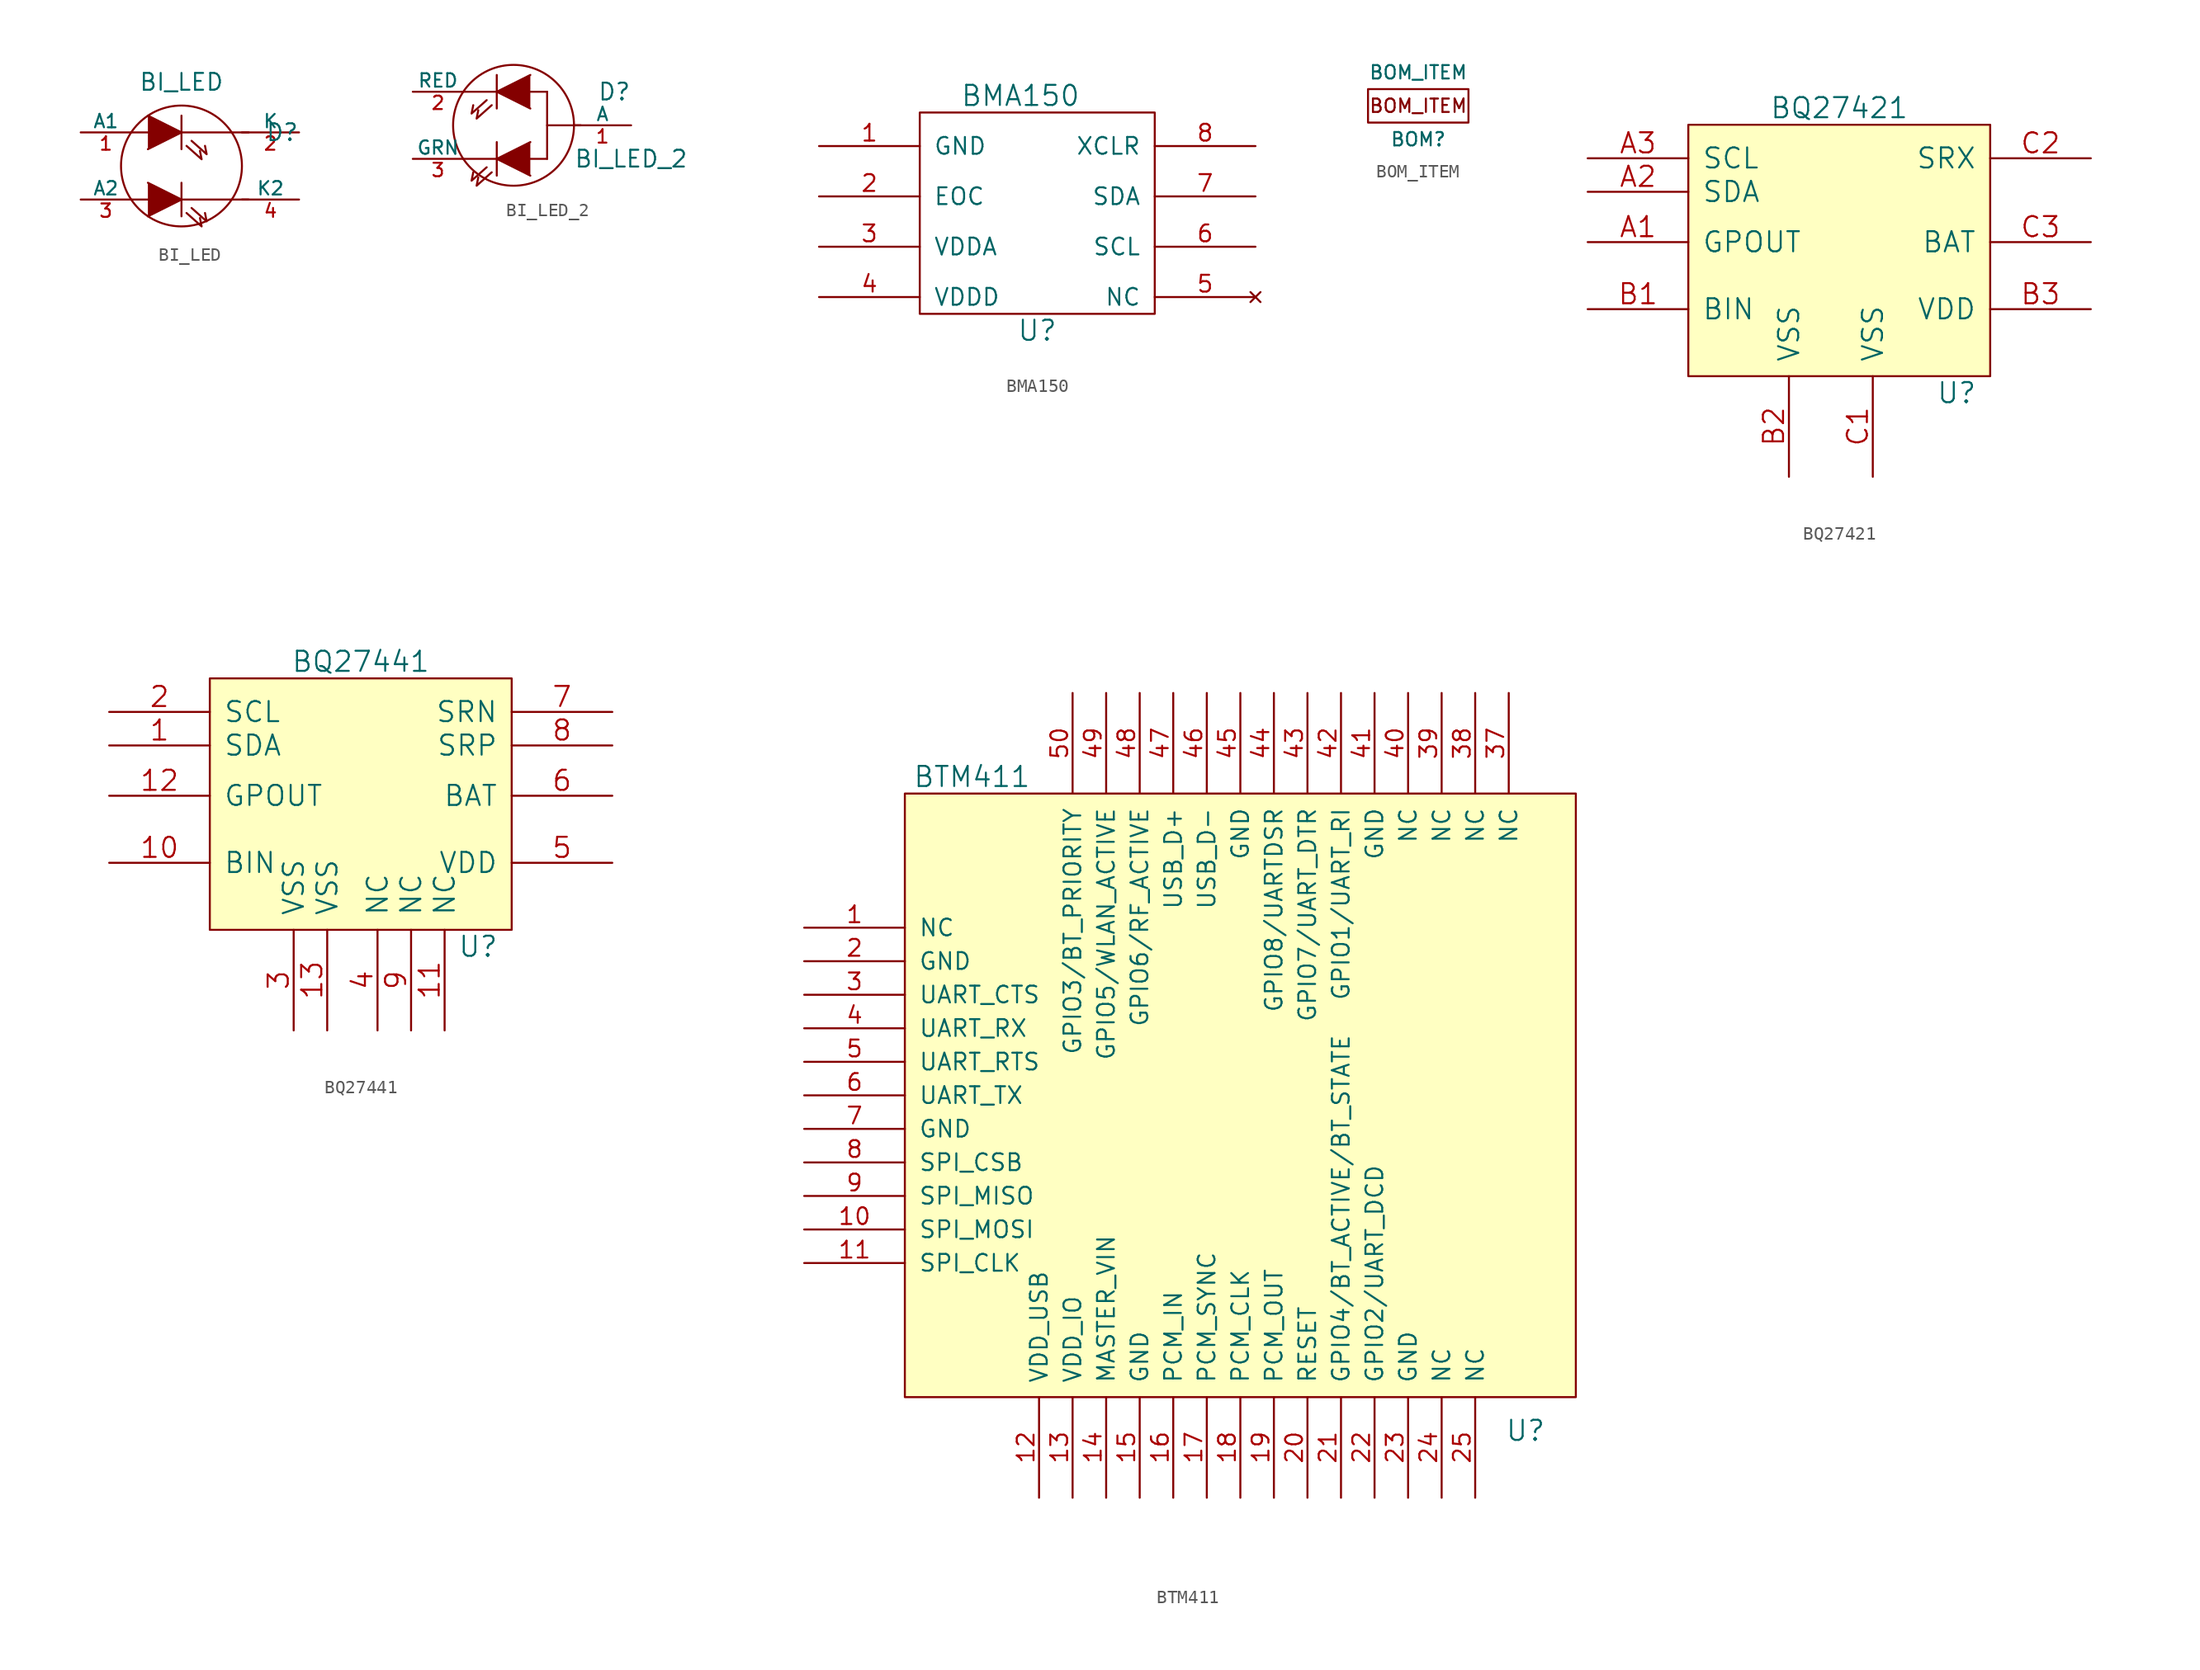
<source format=kicad_sym>
(kicad_symbol_lib
  (version 20211014)
  (generator kicad_symbol_editor)
  (symbol "BI_LED"
    (pin_names
      (offset 0))
    (property "Reference" "D"
      (at 7.62 2.54 0)
      (effects (font (size 1.27 1.27))))
    (property "Value" "BI_LED"
      (at 0 6.35 0)
      (effects (font (size 1.27 1.27))))
    (property "Datasheet" ""
      (at 0 0 0)
      (effects (font (size 1.524 1.524))))
    (symbol "BI_LED_0_1"
      (polyline (pts (xy -3.81 -2.54) (xy -2.54 -2.54)) (stroke (width 0) (type default) (color 0 0 0 0)) (fill (type none)))
      (polyline (pts (xy -3.81 2.54) (xy -2.54 2.54)) (stroke (width 0) (type default) (color 0 0 0 0)) (fill (type none)))
      (polyline (pts (xy 0 -2.54) (xy 5.08 -2.54)) (stroke (width 0) (type default) (color 0 0 0 0)) (fill (type none)))
      (polyline (pts (xy 0 -1.27) (xy 0 -3.81)) (stroke (width 0) (type default) (color 0 0 0 0)) (fill (type none)))
      (polyline (pts (xy 0 3.81) (xy 0 1.27)) (stroke (width 0) (type default) (color 0 0 0 0)) (fill (type none)))
      (polyline (pts (xy 5.08 2.54) (xy 0 2.54)) (stroke (width 0) (type default) (color 0 0 0 0)) (fill (type none)))
      (polyline (pts (xy -2.54 -1.27) (xy 0 -2.54) (xy -2.54 -3.81)) (stroke (width 0) (type default) (color 0 0 0 0)) (fill (type outline)))
      (polyline (pts (xy -2.54 3.81) (xy 0 2.54) (xy -2.54 1.27)) (stroke (width 0) (type default) (color 0 0 0 0)) (fill (type outline)))
      (polyline (pts (xy 0.381 -3.556) (xy 1.524 -4.572) (xy 1.397 -3.937)) (stroke (width 0) (type default) (color 0 0 0 0)) (fill (type none)))
      (polyline (pts (xy 0.381 1.524) (xy 1.524 0.508) (xy 1.397 1.143)) (stroke (width 0) (type default) (color 0 0 0 0)) (fill (type none)))
      (polyline (pts (xy 0.762 -3.175) (xy 1.905 -4.191) (xy 1.778 -3.556)) (stroke (width 0) (type default) (color 0 0 0 0)) (fill (type none)))
      (polyline (pts (xy 0.762 1.905) (xy 1.905 0.889) (xy 1.778 1.524)) (stroke (width 0) (type default) (color 0 0 0 0)) (fill (type none)))
      (circle (center 0 0) (radius 4.572) (stroke (width 0) (type default) (color 0 0 0 0)) (fill (type none))))
    (symbol "BI_LED_1_1"
      (pin input line (at -7.62 2.54 0) (length 3.81) (name "A1" (effects (font (size 1.016 1.016)))) (number "1" (effects (font (size 1.016 1.016)))))
      (pin input line (at 8.89 2.54 180) (length 4.318) (name "K" (effects (font (size 1.016 1.016)))) (number "2" (effects (font (size 1.016 1.016)))))
      (pin input line (at -7.62 -2.54 0) (length 3.81) (name "A2" (effects (font (size 1.016 1.016)))) (number "3" (effects (font (size 1.016 1.016)))))
      (pin input line (at 8.89 -2.54 180) (length 4.318) (name "K2" (effects (font (size 1.016 1.016)))) (number "4" (effects (font (size 1.016 1.016)))))))
  (symbol "BI_LED_2"
    (pin_names
      (offset 0))
    (property "Reference" "D"
      (at 7.62 2.54 0)
      (effects (font (size 1.27 1.27))))
    (property "Value" "BI_LED_2"
      (at 8.89 -2.54 0)
      (effects (font (size 1.27 1.27))))
    (property "Footprint" ""
      (at 0 0 0)
      (effects (font (size 1.524 1.524))))
    (property "Datasheet" ""
      (at 0 0 0)
      (effects (font (size 1.524 1.524))))
    (symbol "BI_LED_2_0_1"
      (polyline (pts (xy -1.27 -2.54) (xy -3.81 -2.54)) (stroke (width 0) (type default) (color 0 0 0 0)) (fill (type none)))
      (polyline (pts (xy -1.27 -1.27) (xy -1.27 -3.81)) (stroke (width 0) (type default) (color 0 0 0 0)) (fill (type none)))
      (polyline (pts (xy -1.27 2.54) (xy -3.81 2.54)) (stroke (width 0) (type default) (color 0 0 0 0)) (fill (type none)))
      (polyline (pts (xy -1.27 3.81) (xy -1.27 1.27)) (stroke (width 0) (type default) (color 0 0 0 0)) (fill (type none)))
      (polyline (pts (xy 2.54 -2.54) (xy 1.27 -2.54)) (stroke (width 0) (type default) (color 0 0 0 0)) (fill (type none)))
      (polyline (pts (xy 2.54 -2.54) (xy 2.54 2.54)) (stroke (width 0) (type default) (color 0 0 0 0)) (fill (type none)))
      (polyline (pts (xy 2.54 0) (xy 5.08 0)) (stroke (width 0) (type default) (color 0 0 0 0)) (fill (type none)))
      (polyline (pts (xy 2.54 2.54) (xy 1.27 2.54)) (stroke (width 0) (type default) (color 0 0 0 0)) (fill (type none)))
      (polyline (pts (xy -2.032 -3.175) (xy -3.175 -4.191) (xy -3.048 -3.556)) (stroke (width 0) (type default) (color 0 0 0 0)) (fill (type none)))
      (polyline (pts (xy -2.032 1.905) (xy -3.175 0.889) (xy -3.048 1.524)) (stroke (width 0) (type default) (color 0 0 0 0)) (fill (type none)))
      (polyline (pts (xy -1.651 -3.556) (xy -2.794 -4.572) (xy -2.667 -3.937)) (stroke (width 0) (type default) (color 0 0 0 0)) (fill (type none)))
      (polyline (pts (xy -1.651 1.524) (xy -2.794 0.508) (xy -2.667 1.143)) (stroke (width 0) (type default) (color 0 0 0 0)) (fill (type none)))
      (polyline (pts (xy 1.27 -1.27) (xy -1.27 -2.54) (xy 1.27 -3.81)) (stroke (width 0) (type default) (color 0 0 0 0)) (fill (type outline)))
      (polyline (pts (xy 1.27 3.81) (xy -1.27 2.54) (xy 1.27 1.27)) (stroke (width 0) (type default) (color 0 0 0 0)) (fill (type outline)))
      (circle (center 0 0) (radius 4.572) (stroke (width 0) (type default) (color 0 0 0 0)) (fill (type none))))
    (symbol "BI_LED_2_1_1"
      (pin input line (at 8.89 0 180) (length 4.318) (name "A" (effects (font (size 1.016 1.016)))) (number "1" (effects (font (size 1.016 1.016)))))
      (pin input line (at -7.62 2.54 0) (length 3.81) (name "RED" (effects (font (size 1.016 1.016)))) (number "2" (effects (font (size 1.016 1.016)))))
      (pin input line (at -7.62 -2.54 0) (length 3.81) (name "GRN" (effects (font (size 1.016 1.016)))) (number "3" (effects (font (size 1.016 1.016)))))))
  (symbol "BMA150"
    (pin_names
      (offset 1.016))
    (property "Reference" "U"
      (at 0 -8.89 0)
      (effects (font (size 1.524 1.524))))
    (property "Value" "BMA150"
      (at -1.27 8.89 0)
      (effects (font (size 1.524 1.524))))
    (property "Datasheet" ""
      (at 0 0 0)
      (effects (font (size 1.524 1.524))))
    (symbol "BMA150_0_1"
      (rectangle (start -8.89 7.62) (end 8.89 -7.62) (stroke (width 0) (type default) (color 0 0 0 0)) (fill (type none))))
    (symbol "BMA150_1_1"
      (pin input line (at -16.51 5.08 0) (length 7.62) (name "GND" (effects (font (size 1.27 1.27)))) (number "1" (effects (font (size 1.27 1.27)))))
      (pin output line (at -16.51 1.27 0) (length 7.62) (name "EOC" (effects (font (size 1.27 1.27)))) (number "2" (effects (font (size 1.27 1.27)))))
      (pin input line (at -16.51 -2.54 0) (length 7.62) (name "VDDA" (effects (font (size 1.27 1.27)))) (number "3" (effects (font (size 1.27 1.27)))))
      (pin input line (at -16.51 -6.35 0) (length 7.62) (name "VDDD" (effects (font (size 1.27 1.27)))) (number "4" (effects (font (size 1.27 1.27)))))
      (pin no_connect line (at 16.51 -6.35 180) (length 7.62) (name "NC" (effects (font (size 1.27 1.27)))) (number "5" (effects (font (size 1.27 1.27)))))
      (pin input line (at 16.51 -2.54 180) (length 7.62) (name "SCL" (effects (font (size 1.27 1.27)))) (number "6" (effects (font (size 1.27 1.27)))))
      (pin input line (at 16.51 1.27 180) (length 7.62) (name "SDA" (effects (font (size 1.27 1.27)))) (number "7" (effects (font (size 1.27 1.27)))))
      (pin input line (at 16.51 5.08 180) (length 7.62) (name "XCLR" (effects (font (size 1.27 1.27)))) (number "8" (effects (font (size 1.27 1.27)))))))
  (symbol "BOM_ITEM"
    (pin_names
      (offset 1.016))
    (property "Reference" "BOM"
      (at 0 -2.54 0)
      (effects (font (size 1.016 1.016))))
    (property "Value" "BOM_ITEM"
      (at 0 2.54 0)
      (effects (font (size 1.016 1.016))))
    (symbol "BOM_ITEM_0_0"
      (rectangle (start -3.81 1.27) (end 3.81 -1.27) (stroke (width 0) (type default) (color 0 0 0 0)) (fill (type none)))
      (text "BOM_ITEM" (at 0 0 0) (effects (font (size 1.016 1.016))))))
  (symbol "BQ27421"
    (pin_names
      (offset 1.016))
    (property "Reference" "U"
      (at 8.89 -8.89 0)
      (effects (font (size 1.524 1.524))))
    (property "Value" "BQ27421"
      (at 0 12.7 0)
      (effects (font (size 1.524 1.524))))
    (property "Footprint" ""
      (at 1.27 0 0)
      (effects (font (size 1.524 1.524))))
    (property "Datasheet" ""
      (at 1.27 0 0)
      (effects (font (size 1.524 1.524))))
    (symbol "BQ27421_0_1"
      (rectangle (start -11.43 11.43) (end 11.43 -7.62) (stroke (width 0) (type default) (color 0 0 0 0)) (fill (type background))))
    (symbol "BQ27421_1_1"
      (pin input line (at -19.05 2.54 0) (length 7.62) (name "GPOUT" (effects (font (size 1.524 1.524)))) (number "A1" (effects (font (size 1.524 1.524)))))
      (pin input line (at -19.05 6.35 0) (length 7.62) (name "SDA" (effects (font (size 1.524 1.524)))) (number "A2" (effects (font (size 1.524 1.524)))))
      (pin input line (at -19.05 8.89 0) (length 7.62) (name "SCL" (effects (font (size 1.524 1.524)))) (number "A3" (effects (font (size 1.524 1.524)))))
      (pin input line (at -19.05 -2.54 0) (length 7.62) (name "BIN" (effects (font (size 1.524 1.524)))) (number "B1" (effects (font (size 1.524 1.524)))))
      (pin input line (at -3.81 -15.24 90) (length 7.62) (name "VSS" (effects (font (size 1.524 1.524)))) (number "B2" (effects (font (size 1.524 1.524)))))
      (pin input line (at 19.05 -2.54 180) (length 7.62) (name "VDD" (effects (font (size 1.524 1.524)))) (number "B3" (effects (font (size 1.524 1.524)))))
      (pin input line (at 2.54 -15.24 90) (length 7.62) (name "VSS" (effects (font (size 1.524 1.524)))) (number "C1" (effects (font (size 1.524 1.524)))))
      (pin input line (at 19.05 8.89 180) (length 7.62) (name "SRX" (effects (font (size 1.524 1.524)))) (number "C2" (effects (font (size 1.524 1.524)))))
      (pin input line (at 19.05 2.54 180) (length 7.62) (name "BAT" (effects (font (size 1.524 1.524)))) (number "C3" (effects (font (size 1.524 1.524)))))))
  (symbol "BQ27441"
    (pin_names
      (offset 1.016))
    (property "Reference" "U"
      (at 8.89 -8.89 0)
      (effects (font (size 1.524 1.524))))
    (property "Value" "BQ27441"
      (at 0 12.7 0)
      (effects (font (size 1.524 1.524))))
    (property "Footprint" ""
      (at 1.27 0 0)
      (effects (font (size 1.524 1.524))))
    (property "Datasheet" ""
      (at 1.27 0 0)
      (effects (font (size 1.524 1.524))))
    (symbol "BQ27441_0_1"
      (rectangle (start -11.43 11.43) (end 11.43 -7.62) (stroke (width 0) (type default) (color 0 0 0 0)) (fill (type background))))
    (symbol "BQ27441_1_1"
      (pin input line (at -19.05 6.35 0) (length 7.62) (name "SDA" (effects (font (size 1.524 1.524)))) (number "1" (effects (font (size 1.524 1.524)))))
      (pin input line (at -19.05 -2.54 0) (length 7.62) (name "BIN" (effects (font (size 1.524 1.524)))) (number "10" (effects (font (size 1.524 1.524)))))
      (pin input line (at 6.35 -15.24 90) (length 7.62) (name "NC" (effects (font (size 1.524 1.524)))) (number "11" (effects (font (size 1.524 1.524)))))
      (pin input line (at -19.05 2.54 0) (length 7.62) (name "GPOUT" (effects (font (size 1.524 1.524)))) (number "12" (effects (font (size 1.524 1.524)))))
      (pin input line (at -2.54 -15.24 90) (length 7.62) (name "VSS" (effects (font (size 1.524 1.524)))) (number "13" (effects (font (size 1.524 1.524)))))
      (pin input line (at -19.05 8.89 0) (length 7.62) (name "SCL" (effects (font (size 1.524 1.524)))) (number "2" (effects (font (size 1.524 1.524)))))
      (pin input line (at -5.08 -15.24 90) (length 7.62) (name "VSS" (effects (font (size 1.524 1.524)))) (number "3" (effects (font (size 1.524 1.524)))))
      (pin input line (at 1.27 -15.24 90) (length 7.62) (name "NC" (effects (font (size 1.524 1.524)))) (number "4" (effects (font (size 1.524 1.524)))))
      (pin input line (at 19.05 -2.54 180) (length 7.62) (name "VDD" (effects (font (size 1.524 1.524)))) (number "5" (effects (font (size 1.524 1.524)))))
      (pin input line (at 19.05 2.54 180) (length 7.62) (name "BAT" (effects (font (size 1.524 1.524)))) (number "6" (effects (font (size 1.524 1.524)))))
      (pin input line (at 19.05 8.89 180) (length 7.62) (name "SRN" (effects (font (size 1.524 1.524)))) (number "7" (effects (font (size 1.524 1.524)))))
      (pin input line (at 19.05 6.35 180) (length 7.62) (name "SRP" (effects (font (size 1.524 1.524)))) (number "8" (effects (font (size 1.524 1.524)))))
      (pin input line (at 3.81 -15.24 90) (length 7.62) (name "NC" (effects (font (size 1.524 1.524)))) (number "9" (effects (font (size 1.524 1.524)))))))
  (symbol "BTM411"
    (pin_names
      (offset 1.016))
    (property "Reference" "U"
      (at 21.59 -25.4 0)
      (effects (font (size 1.524 1.524))))
    (property "Value" "BTM411"
      (at -20.32 24.13 0)
      (effects (font (size 1.524 1.524))))
    (property "Footprint" ""
      (at 0 0 0)
      (effects (font (size 1.524 1.524))))
    (property "Datasheet" ""
      (at 0 0 0)
      (effects (font (size 1.524 1.524))))
    (symbol "BTM411_0_1"
      (rectangle (start 25.4 22.86) (end -25.4 -22.86) (stroke (width 0) (type default) (color 0 0 0 0)) (fill (type background))))
    (symbol "BTM411_1_1"
      (pin input line (at -33.02 12.7 0) (length 7.62) (name "NC" (effects (font (size 1.27 1.27)))) (number "1" (effects (font (size 1.27 1.27)))))
      (pin input line (at -33.02 -10.16 0) (length 7.62) (name "SPI_MOSI" (effects (font (size 1.27 1.27)))) (number "10" (effects (font (size 1.27 1.27)))))
      (pin input line (at -33.02 -12.7 0) (length 7.62) (name "SPI_CLK" (effects (font (size 1.27 1.27)))) (number "11" (effects (font (size 1.27 1.27)))))
      (pin input line (at -15.24 -30.48 90) (length 7.62) (name "VDD_USB" (effects (font (size 1.27 1.27)))) (number "12" (effects (font (size 1.27 1.27)))))
      (pin input line (at -12.7 -30.48 90) (length 7.62) (name "VDD_IO" (effects (font (size 1.27 1.27)))) (number "13" (effects (font (size 1.27 1.27)))))
      (pin input line (at -10.16 -30.48 90) (length 7.62) (name "MASTER_VIN" (effects (font (size 1.27 1.27)))) (number "14" (effects (font (size 1.27 1.27)))))
      (pin input line (at -7.62 -30.48 90) (length 7.62) (name "GND" (effects (font (size 1.27 1.27)))) (number "15" (effects (font (size 1.27 1.27)))))
      (pin input line (at -5.08 -30.48 90) (length 7.62) (name "PCM_IN" (effects (font (size 1.27 1.27)))) (number "16" (effects (font (size 1.27 1.27)))))
      (pin input line (at -2.54 -30.48 90) (length 7.62) (name "PCM_SYNC" (effects (font (size 1.27 1.27)))) (number "17" (effects (font (size 1.27 1.27)))))
      (pin input line (at 0 -30.48 90) (length 7.62) (name "PCM_CLK" (effects (font (size 1.27 1.27)))) (number "18" (effects (font (size 1.27 1.27)))))
      (pin input line (at 2.54 -30.48 90) (length 7.62) (name "PCM_OUT" (effects (font (size 1.27 1.27)))) (number "19" (effects (font (size 1.27 1.27)))))
      (pin input line (at -33.02 10.16 0) (length 7.62) (name "GND" (effects (font (size 1.27 1.27)))) (number "2" (effects (font (size 1.27 1.27)))))
      (pin input line (at 5.08 -30.48 90) (length 7.62) (name "RESET" (effects (font (size 1.27 1.27)))) (number "20" (effects (font (size 1.27 1.27)))))
      (pin input line (at 7.62 -30.48 90) (length 7.62) (name "GPIO4/BT_ACTIVE/BT_STATE" (effects (font (size 1.27 1.27)))) (number "21" (effects (font (size 1.27 1.27)))))
      (pin input line (at 10.16 -30.48 90) (length 7.62) (name "GPIO2/UART_DCD" (effects (font (size 1.27 1.27)))) (number "22" (effects (font (size 1.27 1.27)))))
      (pin input line (at 12.7 -30.48 90) (length 7.62) (name "GND" (effects (font (size 1.27 1.27)))) (number "23" (effects (font (size 1.27 1.27)))))
      (pin input line (at 15.24 -30.48 90) (length 7.62) (name "NC" (effects (font (size 1.27 1.27)))) (number "24" (effects (font (size 1.27 1.27)))))
      (pin input line (at 17.78 -30.48 90) (length 7.62) (name "NC" (effects (font (size 1.27 1.27)))) (number "25" (effects (font (size 1.27 1.27)))))
      (pin input line (at -33.02 7.62 0) (length 7.62) (name "UART_CTS" (effects (font (size 1.27 1.27)))) (number "3" (effects (font (size 1.27 1.27)))))
      (pin input line (at 20.32 30.48 270) (length 7.62) (name "NC" (effects (font (size 1.27 1.27)))) (number "37" (effects (font (size 1.27 1.27)))))
      (pin input line (at 17.78 30.48 270) (length 7.62) (name "NC" (effects (font (size 1.27 1.27)))) (number "38" (effects (font (size 1.27 1.27)))))
      (pin input line (at 15.24 30.48 270) (length 7.62) (name "NC" (effects (font (size 1.27 1.27)))) (number "39" (effects (font (size 1.27 1.27)))))
      (pin input line (at -33.02 5.08 0) (length 7.62) (name "UART_RX" (effects (font (size 1.27 1.27)))) (number "4" (effects (font (size 1.27 1.27)))))
      (pin input line (at 12.7 30.48 270) (length 7.62) (name "NC" (effects (font (size 1.27 1.27)))) (number "40" (effects (font (size 1.27 1.27)))))
      (pin input line (at 10.16 30.48 270) (length 7.62) (name "GND" (effects (font (size 1.27 1.27)))) (number "41" (effects (font (size 1.27 1.27)))))
      (pin input line (at 7.62 30.48 270) (length 7.62) (name "GPIO1/UART_RI" (effects (font (size 1.27 1.27)))) (number "42" (effects (font (size 1.27 1.27)))))
      (pin input line (at 5.08 30.48 270) (length 7.62) (name "GPIO7/UART_DTR" (effects (font (size 1.27 1.27)))) (number "43" (effects (font (size 1.27 1.27)))))
      (pin input line (at 2.54 30.48 270) (length 7.62) (name "GPIO8/UARTDSR" (effects (font (size 1.27 1.27)))) (number "44" (effects (font (size 1.27 1.27)))))
      (pin input line (at 0 30.48 270) (length 7.62) (name "GND" (effects (font (size 1.27 1.27)))) (number "45" (effects (font (size 1.27 1.27)))))
      (pin input line (at -2.54 30.48 270) (length 7.62) (name "USB_D-" (effects (font (size 1.27 1.27)))) (number "46" (effects (font (size 1.27 1.27)))))
      (pin input line (at -5.08 30.48 270) (length 7.62) (name "USB_D+" (effects (font (size 1.27 1.27)))) (number "47" (effects (font (size 1.27 1.27)))))
      (pin input line (at -7.62 30.48 270) (length 7.62) (name "GPIO6/RF_ACTIVE" (effects (font (size 1.27 1.27)))) (number "48" (effects (font (size 1.27 1.27)))))
      (pin input line (at -10.16 30.48 270) (length 7.62) (name "GPIO5/WLAN_ACTIVE" (effects (font (size 1.27 1.27)))) (number "49" (effects (font (size 1.27 1.27)))))
      (pin input line (at -33.02 2.54 0) (length 7.62) (name "UART_RTS" (effects (font (size 1.27 1.27)))) (number "5" (effects (font (size 1.27 1.27)))))
      (pin input line (at -12.7 30.48 270) (length 7.62) (name "GPIO3/BT_PRIORITY" (effects (font (size 1.27 1.27)))) (number "50" (effects (font (size 1.27 1.27)))))
      (pin input line (at -33.02 0 0) (length 7.62) (name "UART_TX" (effects (font (size 1.27 1.27)))) (number "6" (effects (font (size 1.27 1.27)))))
      (pin input line (at -33.02 -2.54 0) (length 7.62) (name "GND" (effects (font (size 1.27 1.27)))) (number "7" (effects (font (size 1.27 1.27)))))
      (pin input line (at -33.02 -5.08 0) (length 7.62) (name "SPI_CSB" (effects (font (size 1.27 1.27)))) (number "8" (effects (font (size 1.27 1.27)))))
      (pin input line (at -33.02 -7.62 0) (length 7.62) (name "SPI_MISO" (effects (font (size 1.27 1.27)))) (number "9" (effects (font (size 1.27 1.27))))))))
</source>
